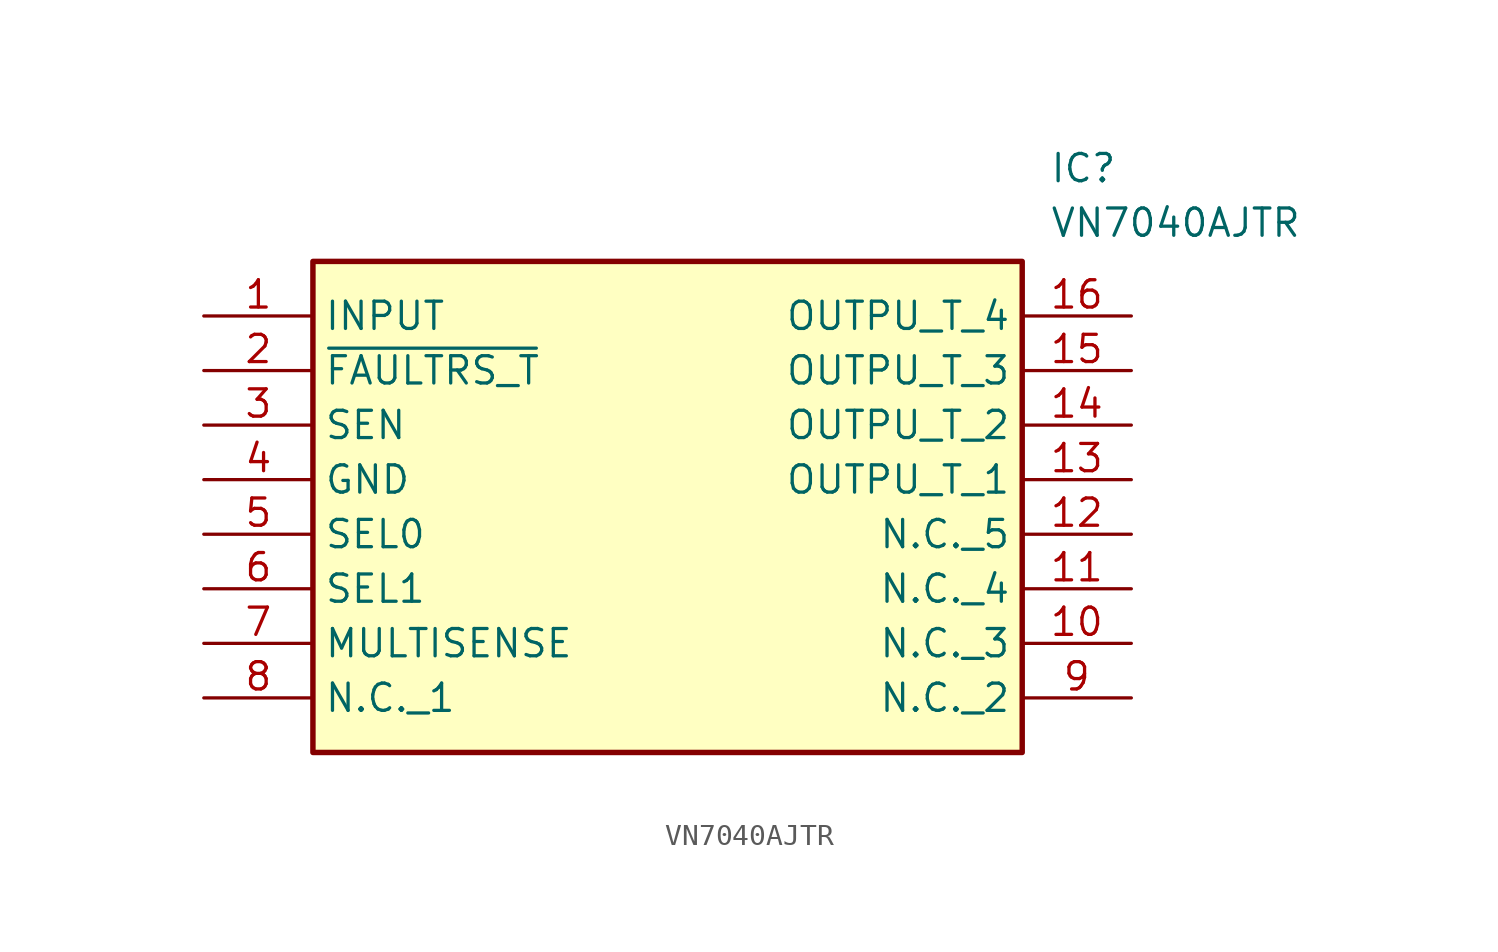
<source format=kicad_sym>
(kicad_symbol_lib
  (version 20211014)
  (generator SamacSys_ECAD_Model)
  (symbol "VN7040AJTR"
    (property "Reference" "IC"
      (at 39.37 7.62 0)
      (effects (font (size 1.27 1.27)) (justify left top)))
    (property "Value" "VN7040AJTR"
      (at 39.37 5.08 0)
      (effects (font (size 1.27 1.27)) (justify left top)))
    (rectangle
      (start 5.08 2.54)
      (end 38.1 -20.32)
      (stroke (width 0.254) (type default))
      (fill (type background)))
    (pin passive line
      (at 0 0 0)
      (length 5.08)
      (name "INPUT" (effects (font (size 1.27 1.27))))
      (number "1" (effects (font (size 1.27 1.27)))))
    (pin passive line
      (at 0 -2.54 0)
      (length 5.08)
      (name "~{FAULTRS_T}" (effects (font (size 1.27 1.27))))
      (number "2" (effects (font (size 1.27 1.27)))))
    (pin passive line
      (at 0 -5.08 0)
      (length 5.08)
      (name "SEN" (effects (font (size 1.27 1.27))))
      (number "3" (effects (font (size 1.27 1.27)))))
    (pin passive line
      (at 0 -7.62 0)
      (length 5.08)
      (name "GND" (effects (font (size 1.27 1.27))))
      (number "4" (effects (font (size 1.27 1.27)))))
    (pin passive line
      (at 0 -10.16 0)
      (length 5.08)
      (name "SEL0" (effects (font (size 1.27 1.27))))
      (number "5" (effects (font (size 1.27 1.27)))))
    (pin passive line
      (at 0 -12.7 0)
      (length 5.08)
      (name "SEL1" (effects (font (size 1.27 1.27))))
      (number "6" (effects (font (size 1.27 1.27)))))
    (pin passive line
      (at 0 -15.24 0)
      (length 5.08)
      (name "MULTISENSE" (effects (font (size 1.27 1.27))))
      (number "7" (effects (font (size 1.27 1.27)))))
    (pin passive line
      (at 0 -17.78 0)
      (length 5.08)
      (name "N.C._1" (effects (font (size 1.27 1.27))))
      (number "8" (effects (font (size 1.27 1.27)))))
    (pin passive line
      (at 43.18 0 180)
      (length 5.08)
      (name "OUTPU_T_4" (effects (font (size 1.27 1.27))))
      (number "16" (effects (font (size 1.27 1.27)))))
    (pin passive line
      (at 43.18 -2.54 180)
      (length 5.08)
      (name "OUTPU_T_3" (effects (font (size 1.27 1.27))))
      (number "15" (effects (font (size 1.27 1.27)))))
    (pin passive line
      (at 43.18 -5.08 180)
      (length 5.08)
      (name "OUTPU_T_2" (effects (font (size 1.27 1.27))))
      (number "14" (effects (font (size 1.27 1.27)))))
    (pin passive line
      (at 43.18 -7.62 180)
      (length 5.08)
      (name "OUTPU_T_1" (effects (font (size 1.27 1.27))))
      (number "13" (effects (font (size 1.27 1.27)))))
    (pin passive line
      (at 43.18 -10.16 180)
      (length 5.08)
      (name "N.C._5" (effects (font (size 1.27 1.27))))
      (number "12" (effects (font (size 1.27 1.27)))))
    (pin passive line
      (at 43.18 -12.7 180)
      (length 5.08)
      (name "N.C._4" (effects (font (size 1.27 1.27))))
      (number "11" (effects (font (size 1.27 1.27)))))
    (pin passive line
      (at 43.18 -15.24 180)
      (length 5.08)
      (name "N.C._3" (effects (font (size 1.27 1.27))))
      (number "10" (effects (font (size 1.27 1.27)))))
    (pin passive line
      (at 43.18 -17.78 180)
      (length 5.08)
      (name "N.C._2" (effects (font (size 1.27 1.27))))
      (number "9" (effects (font (size 1.27 1.27)))))))
</source>
